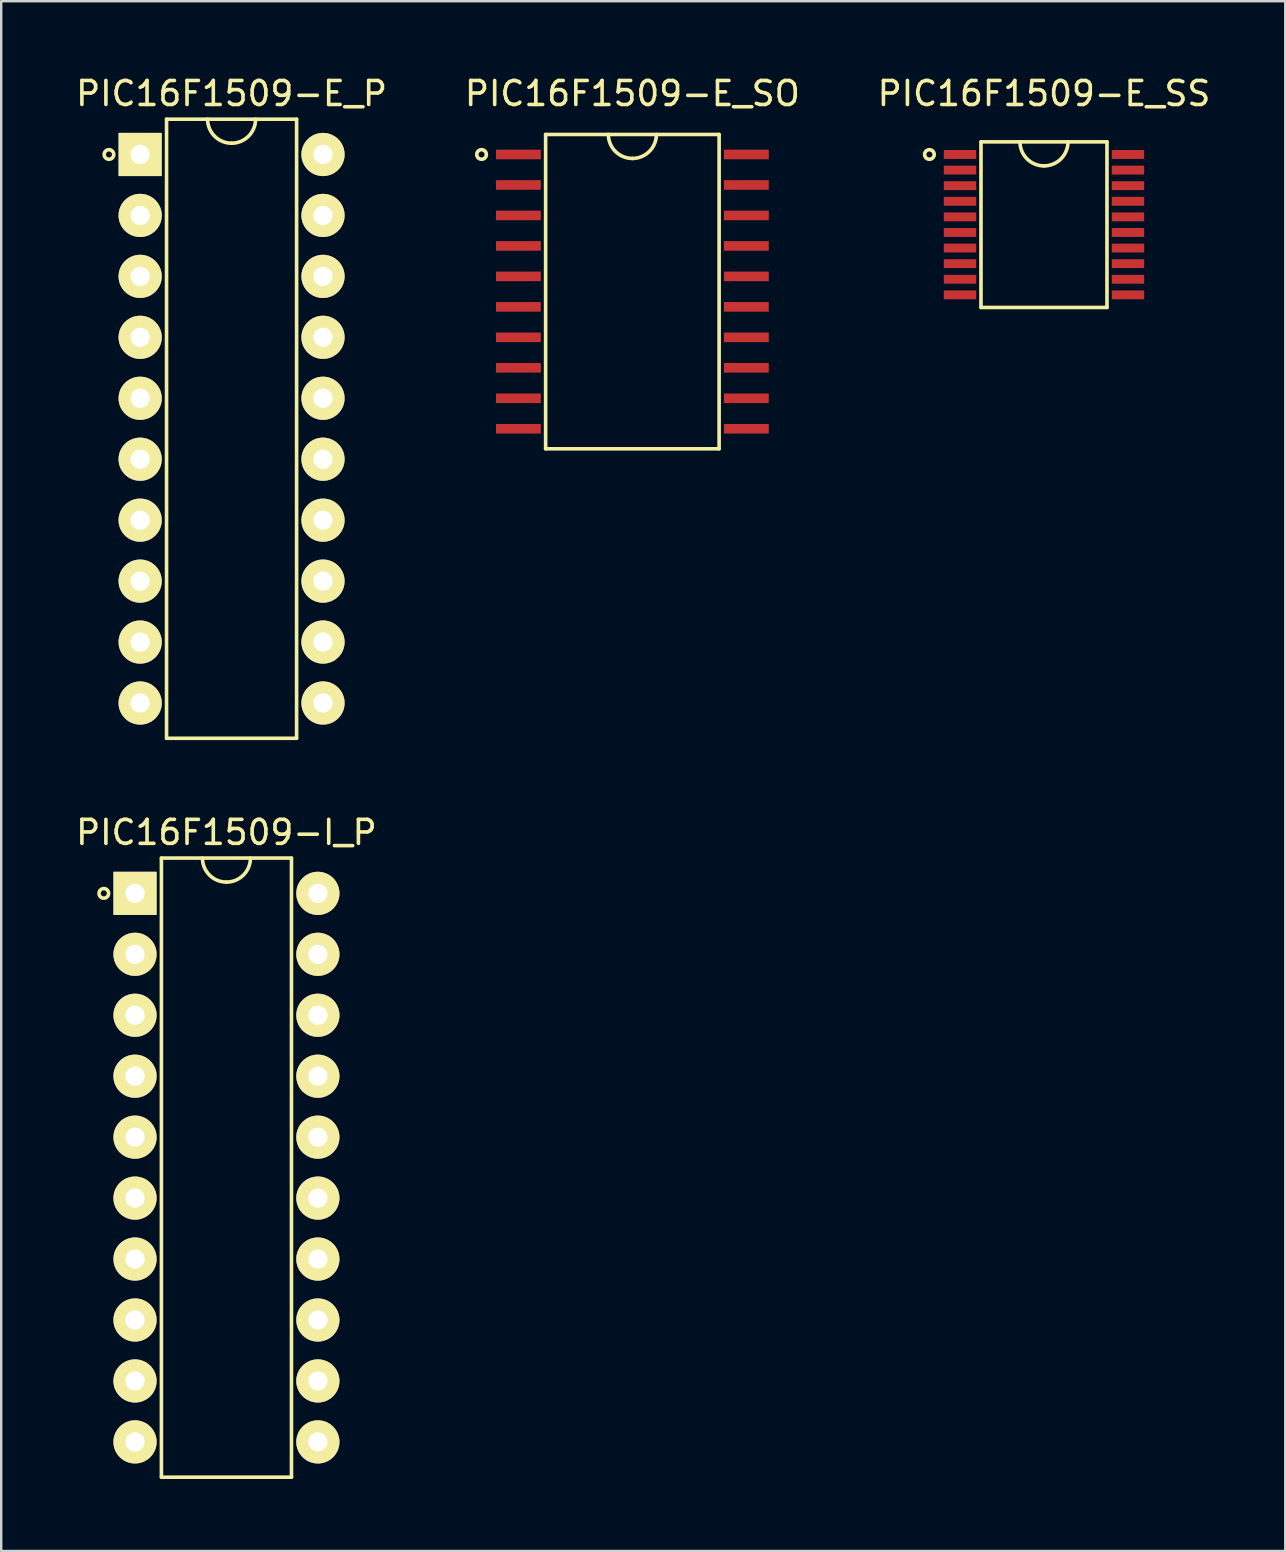
<source format=kicad_pcb>
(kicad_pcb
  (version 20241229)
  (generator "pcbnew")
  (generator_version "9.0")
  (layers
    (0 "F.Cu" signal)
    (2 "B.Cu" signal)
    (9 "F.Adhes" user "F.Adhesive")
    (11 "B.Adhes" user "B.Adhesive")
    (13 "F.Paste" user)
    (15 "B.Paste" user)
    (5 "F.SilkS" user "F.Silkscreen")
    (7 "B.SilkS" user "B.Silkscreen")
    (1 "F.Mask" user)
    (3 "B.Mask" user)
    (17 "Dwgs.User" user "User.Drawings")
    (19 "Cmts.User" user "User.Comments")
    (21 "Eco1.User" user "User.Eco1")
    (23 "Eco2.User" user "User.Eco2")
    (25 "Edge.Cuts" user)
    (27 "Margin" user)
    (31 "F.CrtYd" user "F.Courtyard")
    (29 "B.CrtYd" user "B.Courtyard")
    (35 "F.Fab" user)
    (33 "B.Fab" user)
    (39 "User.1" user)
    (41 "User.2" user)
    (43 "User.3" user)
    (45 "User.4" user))
  (footprint "PIC16F1509-E_SO"
    (layer "F.Cu")
    (at 18.554 3.388)
    (property "Reference" "PIC16F1509-E_SO" (at 4.75 -2.54 0) (layer "F.SilkS") (effects (font (size 1 1) (thickness 0.15))))
    (attr through_hole)
    (fp_line (start 1.135 -0.835) (end 8.365 -0.835) (stroke (width 0.15) (type solid)) (layer "F.SilkS"))
    (fp_line (start 1.135 12.265) (end 1.135 -0.835) (stroke (width 0.15) (type solid)) (layer "F.SilkS"))
    (fp_line (start 8.365 -0.835) (end 8.365 12.265) (stroke (width 0.15) (type solid)) (layer "F.SilkS"))
    (fp_line (start 8.365 12.265) (end 1.135 12.265) (stroke (width 0.15) (type solid)) (layer "F.SilkS"))
    (fp_arc (start 4.75 0.165) (mid 4.042893 -0.127893) (end 3.75 -0.835) (stroke (width 0.15) (type solid)) (layer "F.SilkS"))
    (fp_arc (start 5.75 -0.835) (mid 5.457107 -0.127893) (end 4.75 0.165) (stroke (width 0.15) (type solid)) (layer "F.SilkS"))
    (fp_circle (center -1.535 0) (end -1.535 0.2) (stroke (width 0.15) (type solid)) (fill no) (layer "F.SilkS"))
    (pad "1" smd rect (at 0 0) (size 1.87 0.4) (layers "F.Cu" "F.Mask" "F.Paste"))
    (pad "2" smd rect (at 0 1.27) (size 1.87 0.4) (layers "F.Cu" "F.Mask" "F.Paste"))
    (pad "3" smd rect (at 0 2.54) (size 1.87 0.4) (layers "F.Cu" "F.Mask" "F.Paste"))
    (pad "4" smd rect (at 0 3.81) (size 1.87 0.4) (layers "F.Cu" "F.Mask" "F.Paste"))
    (pad "5" smd rect (at 0 5.08) (size 1.87 0.4) (layers "F.Cu" "F.Mask" "F.Paste"))
    (pad "6" smd rect (at 0 6.35) (size 1.87 0.4) (layers "F.Cu" "F.Mask" "F.Paste"))
    (pad "7" smd rect (at 0 7.62) (size 1.87 0.4) (layers "F.Cu" "F.Mask" "F.Paste"))
    (pad "8" smd rect (at 0 8.89) (size 1.87 0.4) (layers "F.Cu" "F.Mask" "F.Paste"))
    (pad "9" smd rect (at 0 10.16) (size 1.87 0.4) (layers "F.Cu" "F.Mask" "F.Paste"))
    (pad "10" smd rect (at 0 11.43) (size 1.87 0.4) (layers "F.Cu" "F.Mask" "F.Paste"))
    (pad "11" smd rect (at 9.5 11.43) (size 1.87 0.4) (layers "F.Cu" "F.Mask" "F.Paste"))
    (pad "12" smd rect (at 9.5 10.16) (size 1.87 0.4) (layers "F.Cu" "F.Mask" "F.Paste"))
    (pad "13" smd rect (at 9.5 8.89) (size 1.87 0.4) (layers "F.Cu" "F.Mask" "F.Paste"))
    (pad "14" smd rect (at 9.5 7.62) (size 1.87 0.4) (layers "F.Cu" "F.Mask" "F.Paste"))
    (pad "15" smd rect (at 9.5 6.35) (size 1.87 0.4) (layers "F.Cu" "F.Mask" "F.Paste"))
    (pad "16" smd rect (at 9.5 5.08) (size 1.87 0.4) (layers "F.Cu" "F.Mask" "F.Paste"))
    (pad "17" smd rect (at 9.5 3.81) (size 1.87 0.4) (layers "F.Cu" "F.Mask" "F.Paste"))
    (pad "18" smd rect (at 9.5 2.54) (size 1.87 0.4) (layers "F.Cu" "F.Mask" "F.Paste"))
    (pad "19" smd rect (at 9.5 1.27) (size 1.87 0.4) (layers "F.Cu" "F.Mask" "F.Paste"))
    (pad "20" smd rect (at 9.5 0) (size 1.87 0.4) (layers "F.Cu" "F.Mask" "F.Paste")))
  (footprint "PIC16F1509-I_P"
    (layer "F.Cu")
    (at 2.577 34.181)
    (property "Reference" "PIC16F1509-I_P" (at 3.81 -2.54 0) (layer "F.SilkS") (effects (font (size 1 1) (thickness 0.15))))
    (attr through_hole)
    (fp_line (start 1.1 -1.47) (end 6.52 -1.47) (stroke (width 0.15) (type solid)) (layer "F.SilkS"))
    (fp_line (start 1.1 24.33) (end 1.1 -1.47) (stroke (width 0.15) (type solid)) (layer "F.SilkS"))
    (fp_line (start 6.52 -1.47) (end 6.52 24.33) (stroke (width 0.15) (type solid)) (layer "F.SilkS"))
    (fp_line (start 6.52 24.33) (end 1.1 24.33) (stroke (width 0.15) (type solid)) (layer "F.SilkS"))
    (fp_arc (start 3.81 -0.47) (mid 3.102893 -0.762893) (end 2.81 -1.47) (stroke (width 0.15) (type solid)) (layer "F.SilkS"))
    (fp_arc (start 4.81 -1.47) (mid 4.517107 -0.762893) (end 3.81 -0.47) (stroke (width 0.15) (type solid)) (layer "F.SilkS"))
    (fp_circle (center -1.3 0) (end -1.3 0.2) (stroke (width 0.15) (type solid)) (fill no) (layer "F.SilkS"))
    (pad "1" thru_hole rect (at 0 0) (size 1.8 1.8) (drill 0.8) (layers "*.Cu" "*.Mask" "F.SilkS"))
    (pad "2" thru_hole circle (at 0 2.54) (size 1.8 1.8) (drill 0.8) (layers "*.Cu" "*.Mask" "F.SilkS"))
    (pad "3" thru_hole circle (at 0 5.08) (size 1.8 1.8) (drill 0.8) (layers "*.Cu" "*.Mask" "F.SilkS"))
    (pad "4" thru_hole circle (at 0 7.62) (size 1.8 1.8) (drill 0.8) (layers "*.Cu" "*.Mask" "F.SilkS"))
    (pad "5" thru_hole circle (at 0 10.16) (size 1.8 1.8) (drill 0.8) (layers "*.Cu" "*.Mask" "F.SilkS"))
    (pad "6" thru_hole circle (at 0 12.7) (size 1.8 1.8) (drill 0.8) (layers "*.Cu" "*.Mask" "F.SilkS"))
    (pad "7" thru_hole circle (at 0 15.24) (size 1.8 1.8) (drill 0.8) (layers "*.Cu" "*.Mask" "F.SilkS"))
    (pad "8" thru_hole circle (at 0 17.78) (size 1.8 1.8) (drill 0.8) (layers "*.Cu" "*.Mask" "F.SilkS"))
    (pad "9" thru_hole circle (at 0 20.32) (size 1.8 1.8) (drill 0.8) (layers "*.Cu" "*.Mask" "F.SilkS"))
    (pad "10" thru_hole circle (at 0 22.86) (size 1.8 1.8) (drill 0.8) (layers "*.Cu" "*.Mask" "F.SilkS"))
    (pad "11" thru_hole circle (at 7.62 22.86) (size 1.8 1.8) (drill 0.8) (layers "*.Cu" "*.Mask" "F.SilkS"))
    (pad "12" thru_hole circle (at 7.62 20.32) (size 1.8 1.8) (drill 0.8) (layers "*.Cu" "*.Mask" "F.SilkS"))
    (pad "13" thru_hole circle (at 7.62 17.78) (size 1.8 1.8) (drill 0.8) (layers "*.Cu" "*.Mask" "F.SilkS"))
    (pad "14" thru_hole circle (at 7.62 15.24) (size 1.8 1.8) (drill 0.8) (layers "*.Cu" "*.Mask" "F.SilkS"))
    (pad "15" thru_hole circle (at 7.62 12.7) (size 1.8 1.8) (drill 0.8) (layers "*.Cu" "*.Mask" "F.SilkS"))
    (pad "16" thru_hole circle (at 7.62 10.16) (size 1.8 1.8) (drill 0.8) (layers "*.Cu" "*.Mask" "F.SilkS"))
    (pad "17" thru_hole circle (at 7.62 7.62) (size 1.8 1.8) (drill 0.8) (layers "*.Cu" "*.Mask" "F.SilkS"))
    (pad "18" thru_hole circle (at 7.62 5.08) (size 1.8 1.8) (drill 0.8) (layers "*.Cu" "*.Mask" "F.SilkS"))
    (pad "19" thru_hole circle (at 7.62 2.54) (size 1.8 1.8) (drill 0.8) (layers "*.Cu" "*.Mask" "F.SilkS"))
    (pad "20" thru_hole circle (at 7.62 0) (size 1.8 1.8) (drill 0.8) (layers "*.Cu" "*.Mask" "F.SilkS")))
  (footprint "PIC16F1509-E_SS"
    (layer "F.Cu")
    (at 36.958 3.388)
    (property "Reference" "PIC16F1509-E_SS" (at 3.5 -2.54 0) (layer "F.SilkS") (effects (font (size 1 1) (thickness 0.15))))
    (attr through_hole)
    (fp_line (start 0.875 -0.525) (end 6.125 -0.525) (stroke (width 0.15) (type solid)) (layer "F.SilkS"))
    (fp_line (start 0.875 6.375) (end 0.875 -0.525) (stroke (width 0.15) (type solid)) (layer "F.SilkS"))
    (fp_line (start 6.125 -0.525) (end 6.125 6.375) (stroke (width 0.15) (type solid)) (layer "F.SilkS"))
    (fp_line (start 6.125 6.375) (end 0.875 6.375) (stroke (width 0.15) (type solid)) (layer "F.SilkS"))
    (fp_arc (start 3.5 0.475) (mid 2.792893 0.182107) (end 2.5 -0.525) (stroke (width 0.15) (type solid)) (layer "F.SilkS"))
    (fp_arc (start 4.5 -0.525) (mid 4.207107 0.182107) (end 3.5 0.475) (stroke (width 0.15) (type solid)) (layer "F.SilkS"))
    (fp_circle (center -1.275 0) (end -1.275 0.2) (stroke (width 0.15) (type solid)) (fill no) (layer "F.SilkS"))
    (pad "1" smd rect (at 0 0) (size 1.35 0.37) (layers "F.Cu" "F.Mask" "F.Paste"))
    (pad "2" smd rect (at 0 0.65) (size 1.35 0.37) (layers "F.Cu" "F.Mask" "F.Paste"))
    (pad "3" smd rect (at 0 1.3) (size 1.35 0.37) (layers "F.Cu" "F.Mask" "F.Paste"))
    (pad "4" smd rect (at 0 1.95) (size 1.35 0.37) (layers "F.Cu" "F.Mask" "F.Paste"))
    (pad "5" smd rect (at 0 2.6) (size 1.35 0.37) (layers "F.Cu" "F.Mask" "F.Paste"))
    (pad "6" smd rect (at 0 3.25) (size 1.35 0.37) (layers "F.Cu" "F.Mask" "F.Paste"))
    (pad "7" smd rect (at 0 3.9) (size 1.35 0.37) (layers "F.Cu" "F.Mask" "F.Paste"))
    (pad "8" smd rect (at 0 4.55) (size 1.35 0.37) (layers "F.Cu" "F.Mask" "F.Paste"))
    (pad "9" smd rect (at 0 5.2) (size 1.35 0.37) (layers "F.Cu" "F.Mask" "F.Paste"))
    (pad "10" smd rect (at 0 5.85) (size 1.35 0.37) (layers "F.Cu" "F.Mask" "F.Paste"))
    (pad "11" smd rect (at 7 5.85) (size 1.35 0.37) (layers "F.Cu" "F.Mask" "F.Paste"))
    (pad "12" smd rect (at 7 5.2) (size 1.35 0.37) (layers "F.Cu" "F.Mask" "F.Paste"))
    (pad "13" smd rect (at 7 4.55) (size 1.35 0.37) (layers "F.Cu" "F.Mask" "F.Paste"))
    (pad "14" smd rect (at 7 3.9) (size 1.35 0.37) (layers "F.Cu" "F.Mask" "F.Paste"))
    (pad "15" smd rect (at 7 3.25) (size 1.35 0.37) (layers "F.Cu" "F.Mask" "F.Paste"))
    (pad "16" smd rect (at 7 2.6) (size 1.35 0.37) (layers "F.Cu" "F.Mask" "F.Paste"))
    (pad "17" smd rect (at 7 1.95) (size 1.35 0.37) (layers "F.Cu" "F.Mask" "F.Paste"))
    (pad "18" smd rect (at 7 1.3) (size 1.35 0.37) (layers "F.Cu" "F.Mask" "F.Paste"))
    (pad "19" smd rect (at 7 0.65) (size 1.35 0.37) (layers "F.Cu" "F.Mask" "F.Paste"))
    (pad "20" smd rect (at 7 0) (size 1.35 0.37) (layers "F.Cu" "F.Mask" "F.Paste")))
  (footprint "PIC16F1509-E_P"
    (layer "F.Cu")
    (at 2.791 3.388)
    (property "Reference" "PIC16F1509-E_P" (at 3.81 -2.54 0) (layer "F.SilkS") (effects (font (size 1 1) (thickness 0.15))))
    (attr through_hole)
    (fp_line (start 1.1 -1.47) (end 6.52 -1.47) (stroke (width 0.15) (type solid)) (layer "F.SilkS"))
    (fp_line (start 1.1 24.33) (end 1.1 -1.47) (stroke (width 0.15) (type solid)) (layer "F.SilkS"))
    (fp_line (start 6.52 -1.47) (end 6.52 24.33) (stroke (width 0.15) (type solid)) (layer "F.SilkS"))
    (fp_line (start 6.52 24.33) (end 1.1 24.33) (stroke (width 0.15) (type solid)) (layer "F.SilkS"))
    (fp_arc (start 3.81 -0.47) (mid 3.102893 -0.762893) (end 2.81 -1.47) (stroke (width 0.15) (type solid)) (layer "F.SilkS"))
    (fp_arc (start 4.81 -1.47) (mid 4.517107 -0.762893) (end 3.81 -0.47) (stroke (width 0.15) (type solid)) (layer "F.SilkS"))
    (fp_circle (center -1.3 0) (end -1.3 0.2) (stroke (width 0.15) (type solid)) (fill no) (layer "F.SilkS"))
    (pad "1" thru_hole rect (at 0 0) (size 1.8 1.8) (drill 0.8) (layers "*.Cu" "*.Mask" "F.SilkS"))
    (pad "2" thru_hole circle (at 0 2.54) (size 1.8 1.8) (drill 0.8) (layers "*.Cu" "*.Mask" "F.SilkS"))
    (pad "3" thru_hole circle (at 0 5.08) (size 1.8 1.8) (drill 0.8) (layers "*.Cu" "*.Mask" "F.SilkS"))
    (pad "4" thru_hole circle (at 0 7.62) (size 1.8 1.8) (drill 0.8) (layers "*.Cu" "*.Mask" "F.SilkS"))
    (pad "5" thru_hole circle (at 0 10.16) (size 1.8 1.8) (drill 0.8) (layers "*.Cu" "*.Mask" "F.SilkS"))
    (pad "6" thru_hole circle (at 0 12.7) (size 1.8 1.8) (drill 0.8) (layers "*.Cu" "*.Mask" "F.SilkS"))
    (pad "7" thru_hole circle (at 0 15.24) (size 1.8 1.8) (drill 0.8) (layers "*.Cu" "*.Mask" "F.SilkS"))
    (pad "8" thru_hole circle (at 0 17.78) (size 1.8 1.8) (drill 0.8) (layers "*.Cu" "*.Mask" "F.SilkS"))
    (pad "9" thru_hole circle (at 0 20.32) (size 1.8 1.8) (drill 0.8) (layers "*.Cu" "*.Mask" "F.SilkS"))
    (pad "10" thru_hole circle (at 0 22.86) (size 1.8 1.8) (drill 0.8) (layers "*.Cu" "*.Mask" "F.SilkS"))
    (pad "11" thru_hole circle (at 7.62 22.86) (size 1.8 1.8) (drill 0.8) (layers "*.Cu" "*.Mask" "F.SilkS"))
    (pad "12" thru_hole circle (at 7.62 20.32) (size 1.8 1.8) (drill 0.8) (layers "*.Cu" "*.Mask" "F.SilkS"))
    (pad "13" thru_hole circle (at 7.62 17.78) (size 1.8 1.8) (drill 0.8) (layers "*.Cu" "*.Mask" "F.SilkS"))
    (pad "14" thru_hole circle (at 7.62 15.24) (size 1.8 1.8) (drill 0.8) (layers "*.Cu" "*.Mask" "F.SilkS"))
    (pad "15" thru_hole circle (at 7.62 12.7) (size 1.8 1.8) (drill 0.8) (layers "*.Cu" "*.Mask" "F.SilkS"))
    (pad "16" thru_hole circle (at 7.62 10.16) (size 1.8 1.8) (drill 0.8) (layers "*.Cu" "*.Mask" "F.SilkS"))
    (pad "17" thru_hole circle (at 7.62 7.62) (size 1.8 1.8) (drill 0.8) (layers "*.Cu" "*.Mask" "F.SilkS"))
    (pad "18" thru_hole circle (at 7.62 5.08) (size 1.8 1.8) (drill 0.8) (layers "*.Cu" "*.Mask" "F.SilkS"))
    (pad "19" thru_hole circle (at 7.62 2.54) (size 1.8 1.8) (drill 0.8) (layers "*.Cu" "*.Mask" "F.SilkS"))
    (pad "20" thru_hole circle (at 7.62 0) (size 1.8 1.8) (drill 0.8) (layers "*.Cu" "*.Mask" "F.SilkS")))
  (gr_rect
    (start -3 -3)
    (end 50.512 61.587)
    (stroke (width 0.1) (type default))
    (fill no)
    (layer "Edge.Cuts")))
</source>
